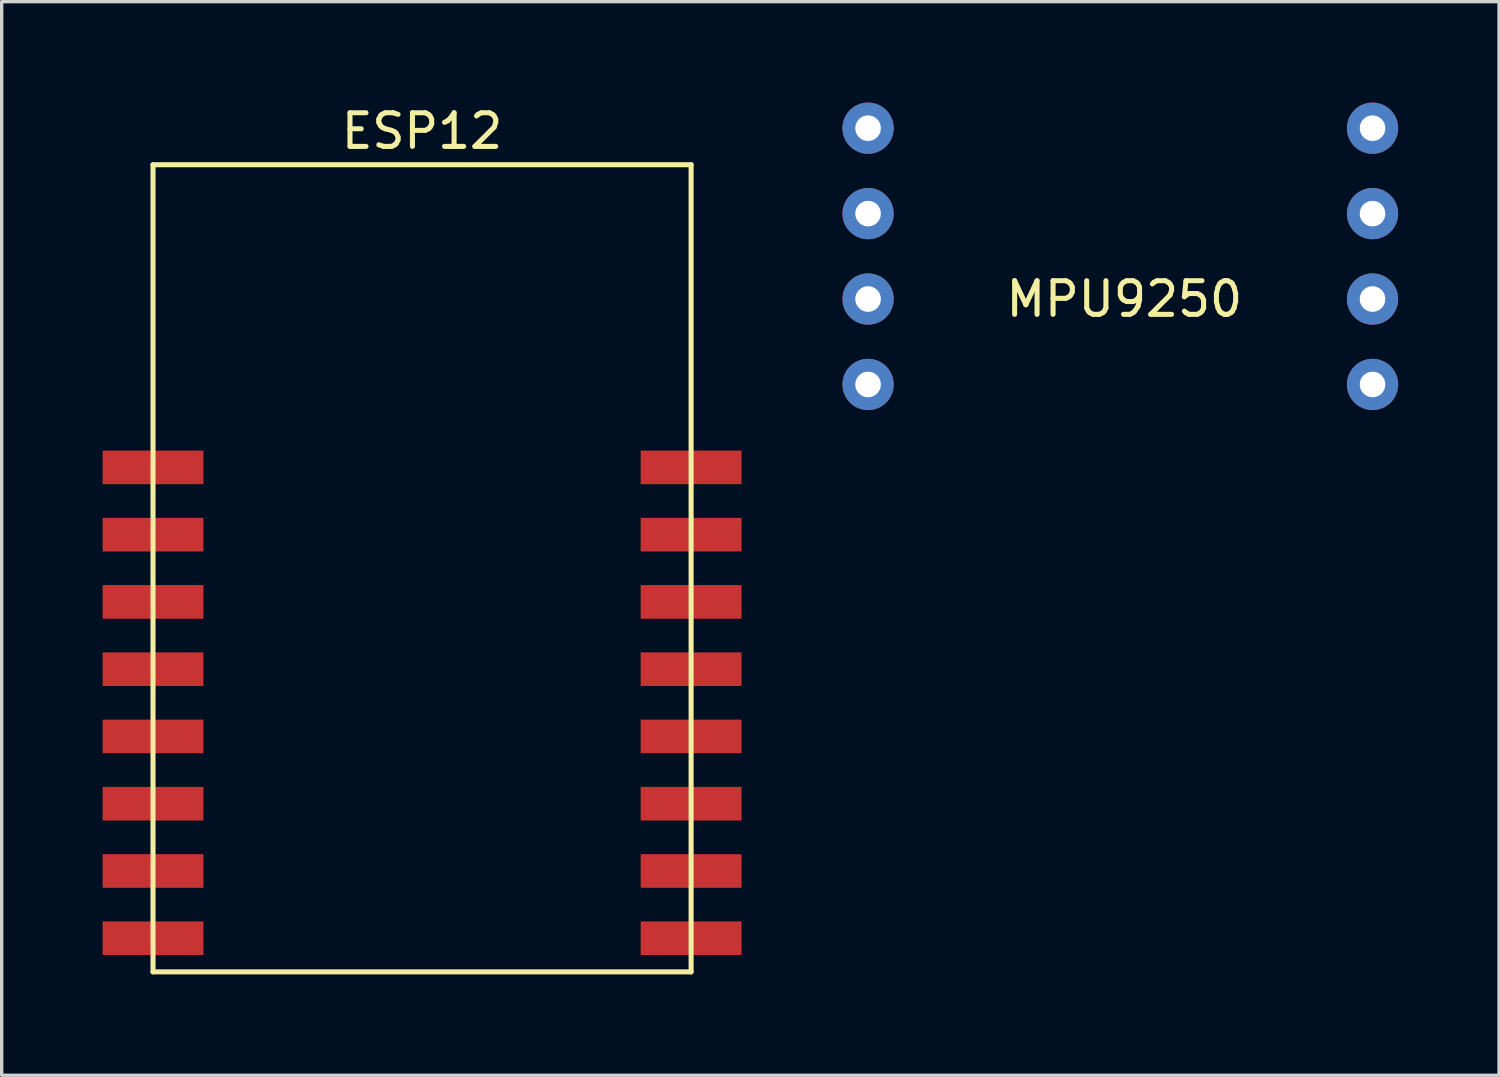
<source format=kicad_pcb>
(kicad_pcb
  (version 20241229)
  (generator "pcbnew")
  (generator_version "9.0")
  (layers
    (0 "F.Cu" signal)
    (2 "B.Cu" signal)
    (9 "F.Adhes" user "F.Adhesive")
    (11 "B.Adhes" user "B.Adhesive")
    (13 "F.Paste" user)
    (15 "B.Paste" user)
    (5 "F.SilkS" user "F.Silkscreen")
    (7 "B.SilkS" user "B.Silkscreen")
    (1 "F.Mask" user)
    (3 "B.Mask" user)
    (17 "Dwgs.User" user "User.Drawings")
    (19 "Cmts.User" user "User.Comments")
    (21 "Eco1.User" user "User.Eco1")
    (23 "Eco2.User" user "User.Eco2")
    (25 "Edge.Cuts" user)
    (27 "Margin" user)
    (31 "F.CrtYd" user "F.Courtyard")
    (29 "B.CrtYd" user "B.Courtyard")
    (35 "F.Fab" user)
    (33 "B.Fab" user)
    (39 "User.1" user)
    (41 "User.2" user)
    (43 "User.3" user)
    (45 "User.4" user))
  (footprint "MPU9250"
    (layer "F.Cu")
    (at 22.762 8.382)
    (property "Reference" "MPU9250" (at 7.62 -2.54 0) (layer "F.SilkS") (effects (font (size 1 1) (thickness 0.15))))
    (attr through_hole)
    (pad "1" thru_hole circle (at 0 0) (size 1.524 1.524) (drill 0.762) (layers "*.Cu" "*.Mask"))
    (pad "2" thru_hole circle (at 0 -2.54) (size 1.524 1.524) (drill 0.762) (layers "*.Cu" "*.Mask"))
    (pad "3" thru_hole circle (at 0 -5.08) (size 1.524 1.524) (drill 0.762) (layers "*.Cu" "*.Mask"))
    (pad "4" thru_hole circle (at 0 -7.62) (size 1.524 1.524) (drill 0.762) (layers "*.Cu" "*.Mask"))
    (pad "8" thru_hole circle (at 15 0) (size 1.524 1.524) (drill 0.762) (layers "*.Cu" "*.Mask"))
    (pad "9" thru_hole circle (at 15 -2.54) (size 1.524 1.524) (drill 0.762) (layers "*.Cu" "*.Mask"))
    (pad "10" thru_hole circle (at 15 -5.08) (size 1.524 1.524) (drill 0.762) (layers "*.Cu" "*.Mask"))
    (pad "11" thru_hole circle (at 15 -7.62) (size 1.524 1.524) (drill 0.762) (layers "*.Cu" "*.Mask")))
  (footprint "ESP12"
    (layer "F.Cu")
    (at 9.5 13.848)
    (property "Reference" "ESP12" (at 0 -13 0) (layer "F.SilkS") (effects (font (size 1 1) (thickness 0.15))))
    (attr through_hole)
    (fp_line (start -8 -12) (end -8 12) (stroke (width 0.15) (type solid)) (layer "F.SilkS"))
    (fp_line (start -8 12) (end 8 12) (stroke (width 0.15) (type solid)) (layer "F.SilkS"))
    (fp_line (start 8 -12) (end -8 -12) (stroke (width 0.15) (type solid)) (layer "F.SilkS"))
    (fp_line (start 8 -12) (end 8 12) (stroke (width 0.15) (type solid)) (layer "F.SilkS"))
    (pad "1" smd rect (at -8 -3) (size 3 1) (layers "F.Cu" "F.Mask" "F.Paste"))
    (pad "2" smd rect (at -8 -1) (size 3 1) (layers "F.Cu" "F.Mask" "F.Paste"))
    (pad "3" smd rect (at -8 1) (size 3 1) (layers "F.Cu" "F.Mask" "F.Paste"))
    (pad "4" smd rect (at -8 3) (size 3 1) (layers "F.Cu" "F.Mask" "F.Paste"))
    (pad "5" smd rect (at -8 5) (size 3 1) (layers "F.Cu" "F.Mask" "F.Paste"))
    (pad "6" smd rect (at -8 7) (size 3 1) (layers "F.Cu" "F.Mask" "F.Paste"))
    (pad "7" smd rect (at -8 9) (size 3 1) (layers "F.Cu" "F.Mask" "F.Paste"))
    (pad "8" smd rect (at -8 11) (size 3 1) (layers "F.Cu" "F.Mask" "F.Paste"))
    (pad "9" smd rect (at 8 11) (size 3 1) (layers "F.Cu" "F.Mask" "F.Paste"))
    (pad "10" smd rect (at 8 9) (size 3 1) (layers "F.Cu" "F.Mask" "F.Paste"))
    (pad "11" smd rect (at 8 7) (size 3 1) (layers "F.Cu" "F.Mask" "F.Paste"))
    (pad "12" smd rect (at 8 5) (size 3 1) (layers "F.Cu" "F.Mask" "F.Paste"))
    (pad "13" smd rect (at 8 3) (size 3 1) (layers "F.Cu" "F.Mask" "F.Paste"))
    (pad "14" smd rect (at 8 1) (size 3 1) (layers "F.Cu" "F.Mask" "F.Paste"))
    (pad "15" smd rect (at 8 -1) (size 3 1) (layers "F.Cu" "F.Mask" "F.Paste"))
    (pad "16" smd rect (at 8 -3) (size 3 1) (layers "F.Cu" "F.Mask" "F.Paste")))
  (gr_rect
    (start -3 -3)
    (end 41.524 28.923)
    (stroke (width 0.1) (type default))
    (fill no)
    (layer "Edge.Cuts")))
</source>
